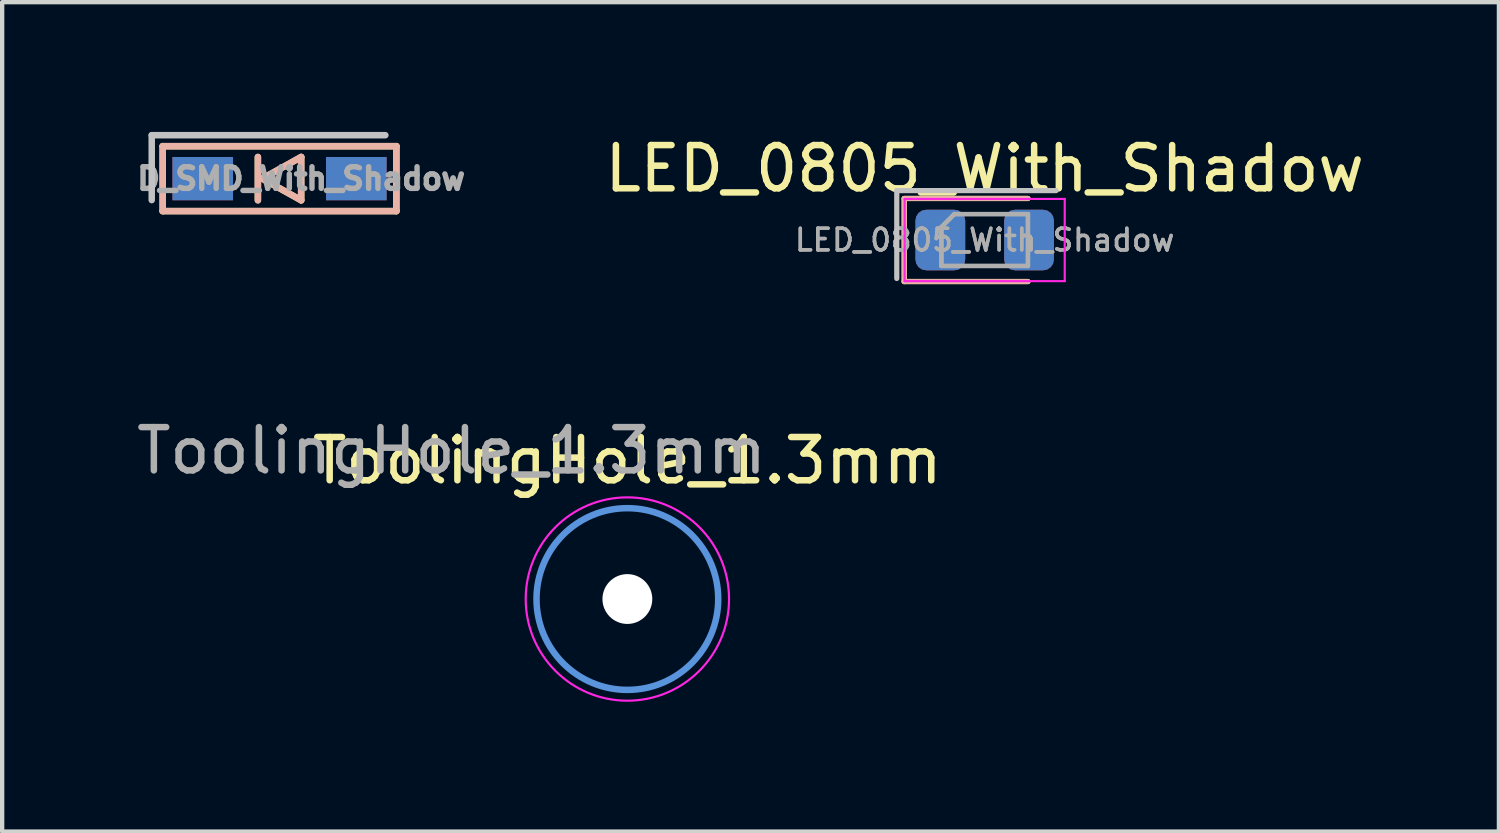
<source format=kicad_pcb>
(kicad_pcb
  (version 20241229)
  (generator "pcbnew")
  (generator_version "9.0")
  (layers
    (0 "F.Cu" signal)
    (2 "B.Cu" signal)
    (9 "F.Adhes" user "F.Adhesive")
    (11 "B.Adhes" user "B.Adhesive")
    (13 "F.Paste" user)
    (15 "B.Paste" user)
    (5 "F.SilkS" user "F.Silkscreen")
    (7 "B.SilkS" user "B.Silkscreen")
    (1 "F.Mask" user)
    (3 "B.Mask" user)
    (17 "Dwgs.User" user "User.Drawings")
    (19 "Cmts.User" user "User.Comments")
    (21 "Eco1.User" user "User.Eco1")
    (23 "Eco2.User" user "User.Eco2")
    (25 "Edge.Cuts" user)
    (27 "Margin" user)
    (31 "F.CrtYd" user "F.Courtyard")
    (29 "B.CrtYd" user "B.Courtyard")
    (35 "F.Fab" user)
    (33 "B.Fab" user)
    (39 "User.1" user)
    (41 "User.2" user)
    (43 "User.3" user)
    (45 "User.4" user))
  (footprint "D_SMD_With_Shadow"
    (layer "F.Cu")
    (at 3.411 1.079)
    (property "Reference" "D_SMD_With_Shadow" (at 0.5 0 0) (layer "F.Fab") (effects (font (size 0.5 0.5) (thickness 0.125))))
    (attr smd)
    (fp_line (start -2.7 -0.75) (end -2.7 0.75) (stroke (width 0.15) (type solid)) (layer "F.SilkS"))
    (fp_line (start -2.7 0.75) (end 2.7 0.75) (stroke (width 0.15) (type solid)) (layer "F.SilkS"))
    (fp_line (start -0.5 -0.5) (end -0.5 0.5) (stroke (width 0.15) (type solid)) (layer "F.SilkS"))
    (fp_line (start -0.4 0) (end 0.5 -0.5) (stroke (width 0.15) (type solid)) (layer "F.SilkS"))
    (fp_line (start 0.5 -0.5) (end 0.5 0.5) (stroke (width 0.15) (type solid)) (layer "F.SilkS"))
    (fp_line (start 0.5 0.5) (end -0.4 0) (stroke (width 0.15) (type solid)) (layer "F.SilkS"))
    (fp_line (start 2.7 -0.75) (end -2.7 -0.75) (stroke (width 0.15) (type solid)) (layer "F.SilkS"))
    (fp_line (start 2.7 -0.75) (end 2.7 0.75) (stroke (width 0.15) (type solid)) (layer "F.SilkS"))
    (fp_line (start -2.7 -0.75) (end 2.7 -0.75) (stroke (width 0.15) (type solid)) (layer "B.SilkS"))
    (fp_line (start -2.7 0.75) (end -2.7 -0.75) (stroke (width 0.15) (type solid)) (layer "B.SilkS"))
    (fp_line (start -0.5 0.5) (end -0.5 -0.5) (stroke (width 0.15) (type solid)) (layer "B.SilkS"))
    (fp_line (start -0.4 0) (end 0.5 0.5) (stroke (width 0.15) (type solid)) (layer "B.SilkS"))
    (fp_line (start 0.5 -0.5) (end -0.4 0) (stroke (width 0.15) (type solid)) (layer "B.SilkS"))
    (fp_line (start 0.5 0.5) (end 0.5 -0.5) (stroke (width 0.15) (type solid)) (layer "B.SilkS"))
    (fp_line (start 2.7 0.75) (end -2.7 0.75) (stroke (width 0.15) (type solid)) (layer "B.SilkS"))
    (fp_line (start 2.7 0.75) (end 2.7 -0.75) (stroke (width 0.15) (type solid)) (layer "B.SilkS"))
    (fp_line (start -2.954 -1.004) (end 2.446 -1.004) (stroke (width 0.15) (type solid)) (layer "Dwgs.User"))
    (fp_line (start -2.954 0.496) (end -2.954 -1.004) (stroke (width 0.15) (type solid)) (layer "Dwgs.User"))
    (pad "1" smd rect (at -1.775 0) (size 1.4 1) (layers "F.Cu" "F.Mask" "F.Paste"))
    (pad "1" smd rect (at -1.775 0) (size 1.4 1) (layers "B.Cu" "B.Mask" "B.Paste"))
    (pad "2" smd rect (at 1.775 0) (size 1.4 1) (layers "F.Cu" "F.Mask" "F.Paste"))
    (pad "2" smd rect (at 1.775 0) (size 1.4 1) (layers "B.Cu" "B.Mask" "B.Paste")))
  (footprint "LED_0805_With_Shadow"
    (layer "F.Cu")
    (at 19.71 2.498)
    (property "Reference" "LED_0805_With_Shadow" (at 0 -1.65 0) (layer "F.SilkS") (effects (font (size 1 1) (thickness 0.15))))
    (attr smd)
    (fp_line (start -1.86 -0.96) (end -1.86 0.96) (stroke (width 0.12) (type solid)) (layer "F.SilkS"))
    (fp_line (start -1.86 0.96) (end 1 0.96) (stroke (width 0.12) (type solid)) (layer "F.SilkS"))
    (fp_line (start 1 -0.96) (end -1.86 -0.96) (stroke (width 0.12) (type solid)) (layer "F.SilkS"))
    (fp_line (start -1.86 -0.96) (end -1.86 0.96) (stroke (width 0.12) (type solid)) (layer "B.SilkS"))
    (fp_line (start -1.86 0.96) (end 1 0.96) (stroke (width 0.12) (type solid)) (layer "B.SilkS"))
    (fp_line (start 1 -0.96) (end -1.86 -0.96) (stroke (width 0.12) (type solid)) (layer "B.SilkS"))
    (fp_line (start -2.032 -1.143) (end 1.651 -1.143) (stroke (width 0.12) (type solid)) (layer "Dwgs.User"))
    (fp_line (start -2.032 0.889) (end -2.032 -1.143) (stroke (width 0.12) (type solid)) (layer "Dwgs.User"))
    (fp_line (start -1.85 -0.95) (end 1.85 -0.95) (stroke (width 0.05) (type solid)) (layer "F.CrtYd"))
    (fp_line (start -1.85 0.95) (end -1.85 -0.95) (stroke (width 0.05) (type solid)) (layer "F.CrtYd"))
    (fp_line (start 1.85 -0.95) (end 1.85 0.95) (stroke (width 0.05) (type solid)) (layer "F.CrtYd"))
    (fp_line (start 1.85 0.95) (end -1.85 0.95) (stroke (width 0.05) (type solid)) (layer "F.CrtYd"))
    (fp_line (start -1 -0.3) (end -1 0.6) (stroke (width 0.1) (type solid)) (layer "F.Fab"))
    (fp_line (start -1 -0.3) (end -1 0.6) (stroke (width 0.1) (type solid)) (layer "F.Fab"))
    (fp_line (start -1 0.6) (end 1 0.6) (stroke (width 0.1) (type solid)) (layer "F.Fab"))
    (fp_line (start -1 0.6) (end 1 0.6) (stroke (width 0.1) (type solid)) (layer "F.Fab"))
    (fp_line (start -0.7 -0.6) (end -1 -0.3) (stroke (width 0.1) (type solid)) (layer "F.Fab"))
    (fp_line (start -0.7 -0.6) (end -1 -0.3) (stroke (width 0.1) (type solid)) (layer "F.Fab"))
    (fp_line (start 1 -0.6) (end -0.7 -0.6) (stroke (width 0.1) (type solid)) (layer "F.Fab"))
    (fp_line (start 1 -0.6) (end -0.7 -0.6) (stroke (width 0.1) (type solid)) (layer "F.Fab"))
    (fp_line (start 1 0.6) (end 1 -0.6) (stroke (width 0.1) (type solid)) (layer "F.Fab"))
    (fp_line (start 1 0.6) (end 1 -0.6) (stroke (width 0.1) (type solid)) (layer "F.Fab"))
    (fp_text user "${REFERENCE}" (at 0 0 0) (layer "F.Fab") (effects (font (size 0.5 0.5) (thickness 0.08))))
    (fp_text user "${REFERENCE}" (at 0 0 0) (layer "F.Fab") (effects (font (size 0.5 0.5) (thickness 0.08))))
    (pad "1" smd roundrect (at -1.025 0) (size 1.15 1.4) (layers "F.Cu" "F.Mask" "F.Paste") (roundrect_rratio 0.217))
    (pad "1" smd roundrect (at -1.025 0) (size 1.15 1.4) (layers "B.Cu" "B.Mask" "B.Paste") (roundrect_rratio 0.217))
    (pad "2" smd roundrect (at 1.025 0) (size 1.15 1.4) (layers "F.Cu" "F.Mask" "F.Paste") (roundrect_rratio 0.217))
    (pad "2" smd roundrect (at 1.025 0) (size 1.15 1.4) (layers "B.Cu" "B.Mask" "B.Paste") (roundrect_rratio 0.217)))
  (footprint "ToolingHole_1.3mm"
    (layer "F.Cu")
    (at 11.451 10.796)
    (property "Reference" "ToolingHole_1.3mm" (at 0 -3.2 0) (layer "F.SilkS") (effects (font (size 1 1) (thickness 0.15))))
    (attr exclude_from_pos_files exclude_from_bom)
    (fp_circle (center 0 0) (end 0.65 0) (stroke (width 0.15) (type solid)) (fill no) (layer "F.Mask"))
    (fp_circle (center 0 0) (end 0.65 0) (stroke (width 0.15) (type solid)) (fill no) (layer "B.Mask"))
    (fp_circle (center 0 0) (end 2.1 0) (stroke (width 0.15) (type solid)) (fill no) (layer "Cmts.User"))
    (fp_circle (center 0 0) (end 2.35 0) (stroke (width 0.05) (type solid)) (fill no) (layer "F.CrtYd"))
    (fp_text user "${REFERENCE}" (at -4.064 -3.429 0) (layer "F.Fab") (effects (font (size 1 1) (thickness 0.15))))
    (pad "" np_thru_hole circle (at 0 0) (size 1.152 1.152) (drill 1.152) (layers "*.Cu" "*.Mask")))
  (gr_rect
    (start -3 -3)
    (end 31.596 16.171)
    (stroke (width 0.1) (type default))
    (fill no)
    (layer "Edge.Cuts")))
</source>
